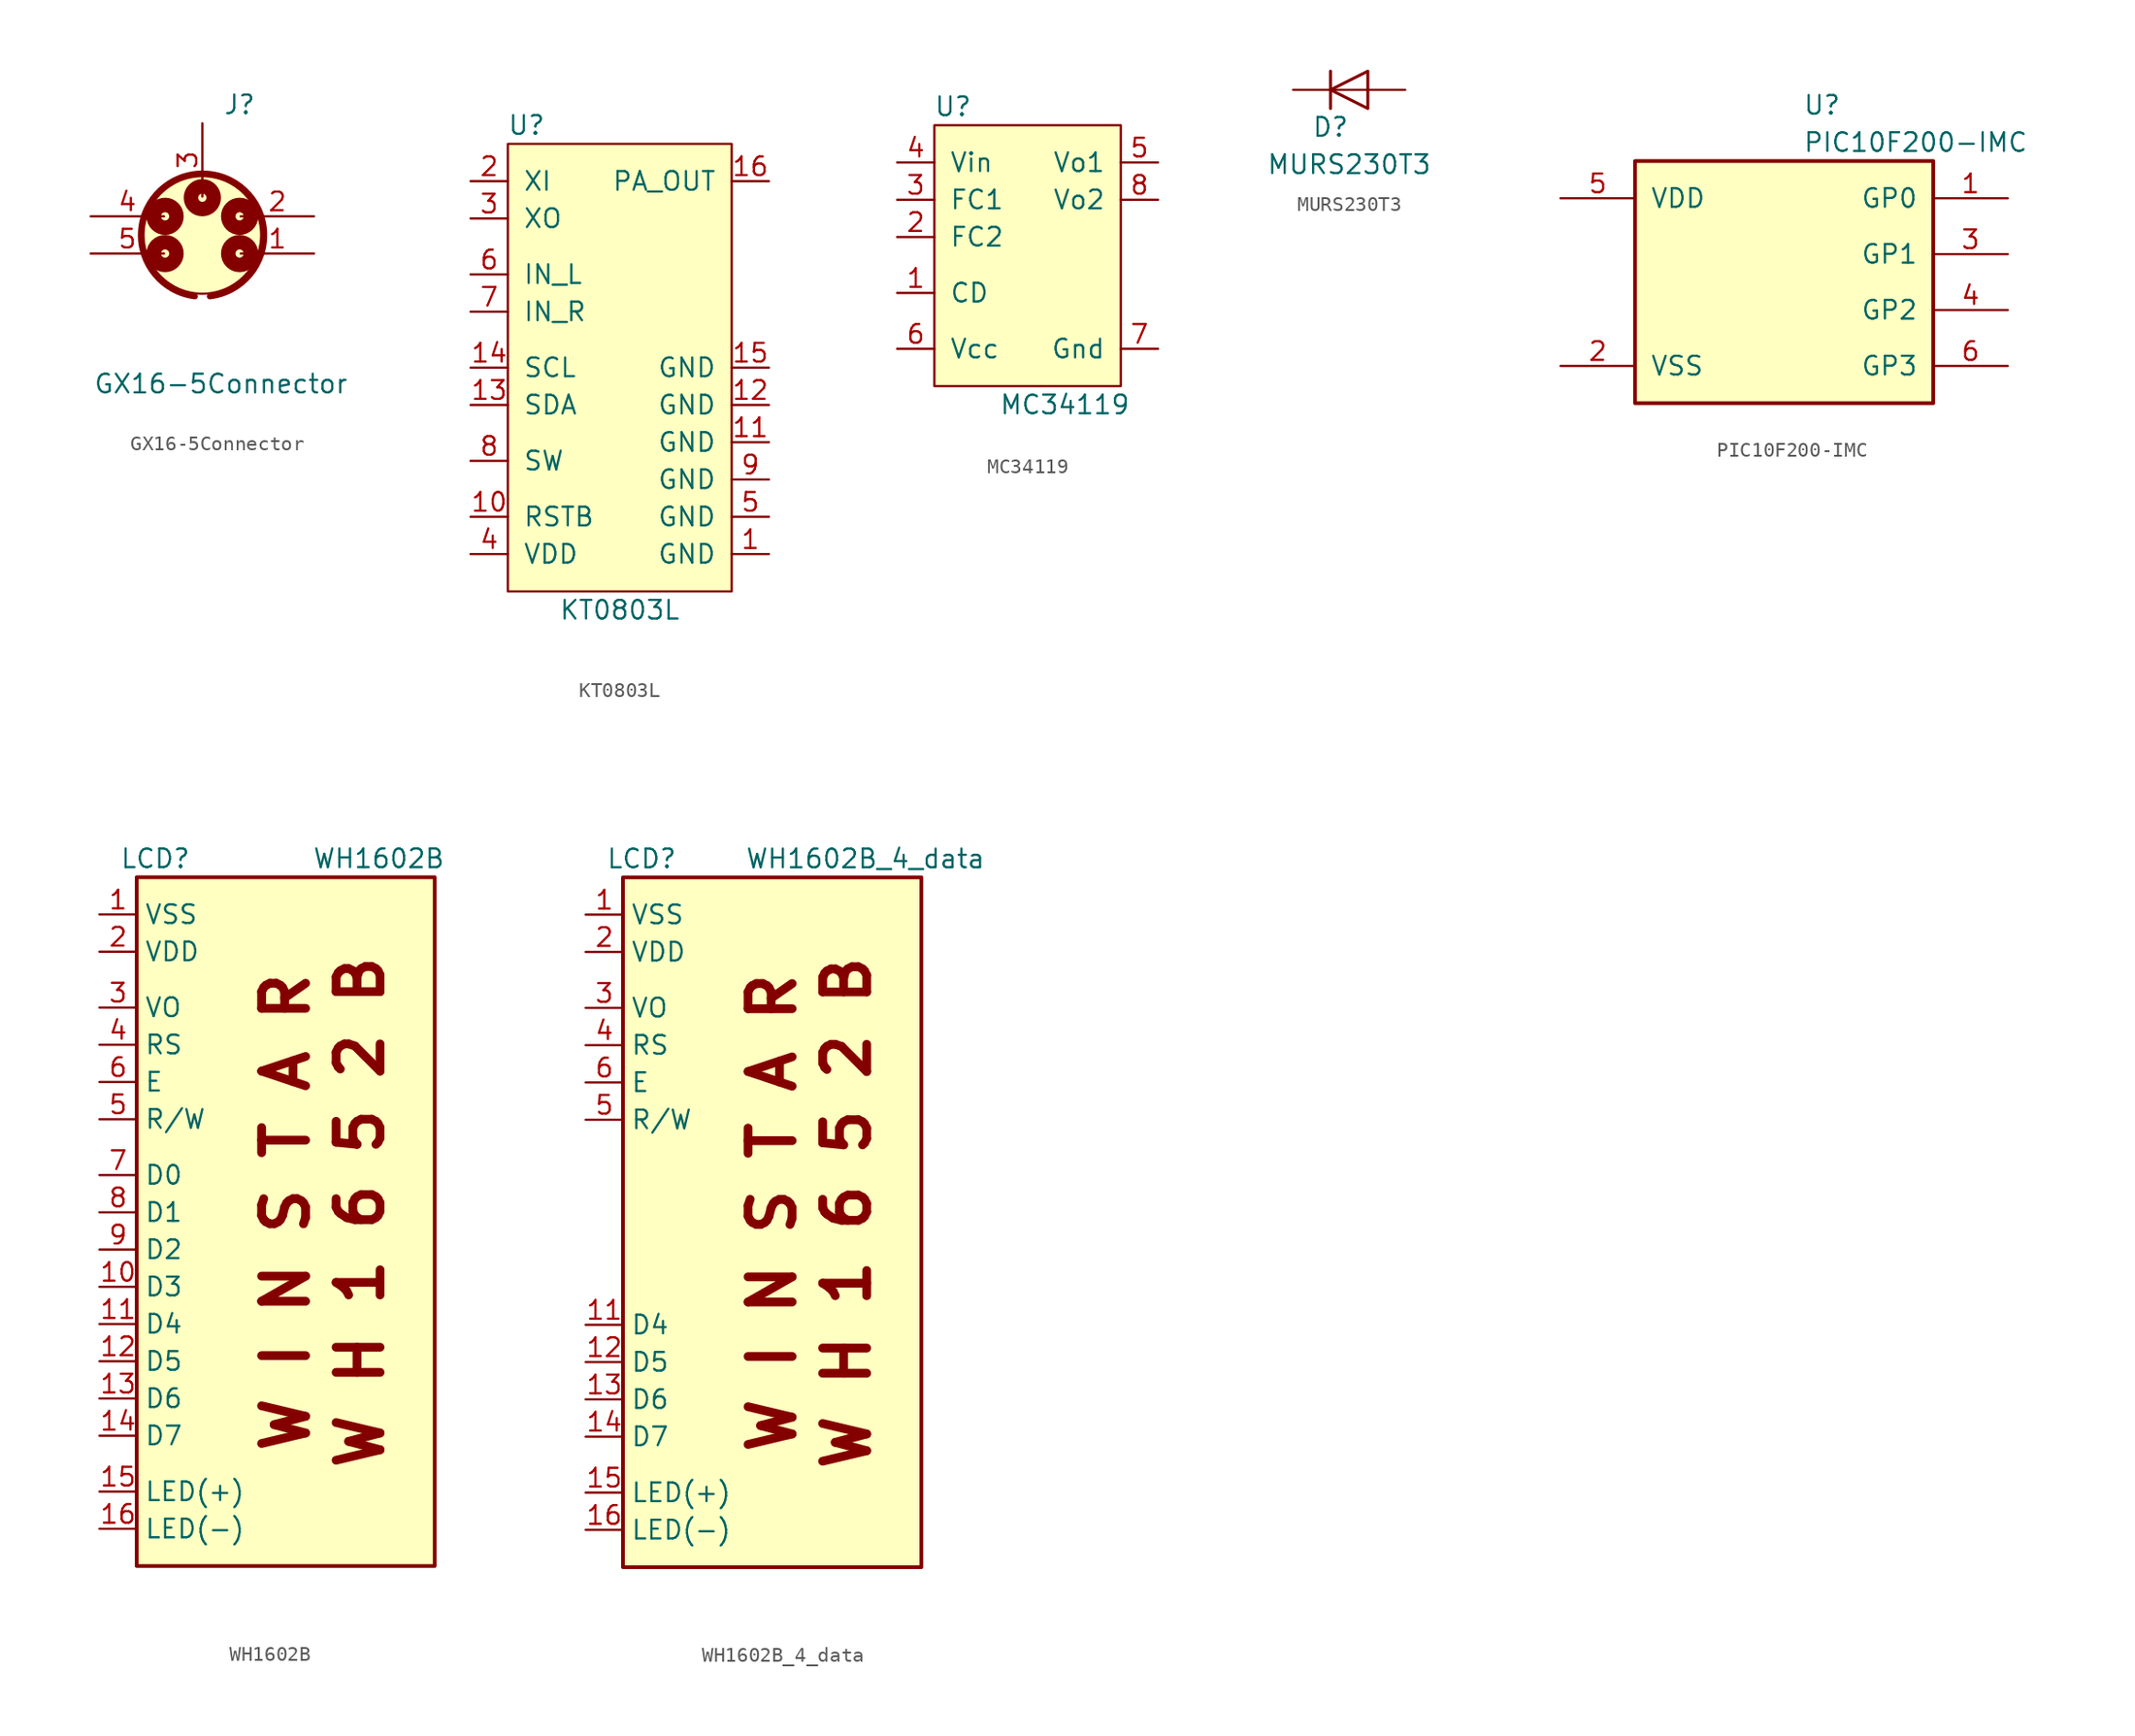
<source format=kicad_sym>
(kicad_symbol_lib
  (version 20211014)
  (generator kicad_symbol_editor)
  (symbol "GX16-5Connector"
    (pin_names hide)
    (property "Reference" "J"
      (at 2.54 8.89 0)
      (effects (font (size 1.27 1.27))))
    (property "Value" "GX16-5Connector"
      (at 1.27 -10.16 0)
      (effects (font (size 1.27 1.27))))
    (symbol "GX16-5Connector_0_1"
      (circle (center -2.54 -1.27) (radius 0.279) (stroke (width 0.991) (type default) (color 0 0 0 0)) (fill (type none)))
      (circle (center -2.54 1.27) (radius 0.279) (stroke (width 0.991) (type default) (color 0 0 0 0)) (fill (type none)))
      (circle (center 0 0) (radius 4.013) (stroke (width 0) (type default) (color 0 0 0 0)) (fill (type background)))
      (circle (center 0 2.54) (radius 0.279) (stroke (width 0.991) (type default) (color 0 0 0 0)) (fill (type none)))
      (arc (start 0 4.191) (mid -4.1834 0.2526) (end -0.508 -4.191) (stroke (width 0.4064) (type default) (color 0 0 0 0)) (fill (type none)))
      (arc (start 0.508 -4.191) (mid 4.214 0.2545) (end 0 4.191) (stroke (width 0.4064) (type default) (color 0 0 0 0)) (fill (type none)))
      (circle (center 2.54 -1.27) (radius 0.279) (stroke (width 0.991) (type default) (color 0 0 0 0)) (fill (type none)))
      (circle (center 2.54 1.27) (radius 0.279) (stroke (width 0.991) (type default) (color 0 0 0 0)) (fill (type none))))
    (symbol "GX16-5Connector_1_1"
      (pin passive line (at 7.62 -1.27 180) (length 5.004) (name "~" (effects (font (size 1.27 1.27)))) (number "1" (effects (font (size 1.27 1.27)))))
      (pin passive line (at 7.62 1.27 180) (length 5.004) (name "~" (effects (font (size 1.27 1.27)))) (number "2" (effects (font (size 1.27 1.27)))))
      (pin passive line (at 0 7.62 270) (length 5.004) (name "~" (effects (font (size 1.27 1.27)))) (number "3" (effects (font (size 1.27 1.27)))))
      (pin passive line (at -7.62 1.27 0) (length 5.004) (name "~" (effects (font (size 1.27 1.27)))) (number "4" (effects (font (size 1.27 1.27)))))
      (pin passive line (at -7.62 -1.27 0) (length 5.004) (name "~" (effects (font (size 1.27 1.27)))) (number "5" (effects (font (size 1.27 1.27)))))))
  (symbol "KT0803L"
    (pin_names
      (offset 1.016))
    (property "Reference" "U"
      (at -6.35 12.7 0)
      (effects (font (size 1.27 1.27))))
    (property "Value" "KT0803L"
      (at 0 -20.32 0)
      (effects (font (size 1.27 1.27))))
    (symbol "KT0803L_0_1"
      (rectangle (start -7.62 11.43) (end 7.62 -19.05) (stroke (width 0) (type default) (color 0 0 0 0)) (fill (type background))))
    (symbol "KT0803L_1_1"
      (pin power_in line (at 10.16 -16.51 180) (length 2.54) (name "GND" (effects (font (size 1.27 1.27)))) (number "1" (effects (font (size 1.27 1.27)))))
      (pin input line (at -10.16 -13.97 0) (length 2.54) (name "RSTB" (effects (font (size 1.27 1.27)))) (number "10" (effects (font (size 1.27 1.27)))))
      (pin power_in line (at 10.16 -8.89 180) (length 2.54) (name "GND" (effects (font (size 1.27 1.27)))) (number "11" (effects (font (size 1.27 1.27)))))
      (pin power_in line (at 10.16 -6.35 180) (length 2.54) (name "GND" (effects (font (size 1.27 1.27)))) (number "12" (effects (font (size 1.27 1.27)))))
      (pin bidirectional line (at -10.16 -6.35 0) (length 2.54) (name "SDA" (effects (font (size 1.27 1.27)))) (number "13" (effects (font (size 1.27 1.27)))))
      (pin bidirectional line (at -10.16 -3.81 0) (length 2.54) (name "SCL" (effects (font (size 1.27 1.27)))) (number "14" (effects (font (size 1.27 1.27)))))
      (pin power_in line (at 10.16 -3.81 180) (length 2.54) (name "GND" (effects (font (size 1.27 1.27)))) (number "15" (effects (font (size 1.27 1.27)))))
      (pin output line (at 10.16 8.89 180) (length 2.54) (name "PA_OUT" (effects (font (size 1.27 1.27)))) (number "16" (effects (font (size 1.27 1.27)))))
      (pin bidirectional line (at -10.16 8.89 0) (length 2.54) (name "XI" (effects (font (size 1.27 1.27)))) (number "2" (effects (font (size 1.27 1.27)))))
      (pin bidirectional line (at -10.16 6.35 0) (length 2.54) (name "XO" (effects (font (size 1.27 1.27)))) (number "3" (effects (font (size 1.27 1.27)))))
      (pin power_in line (at -10.16 -16.51 0) (length 2.54) (name "VDD" (effects (font (size 1.27 1.27)))) (number "4" (effects (font (size 1.27 1.27)))))
      (pin power_in line (at 10.16 -13.97 180) (length 2.54) (name "GND" (effects (font (size 1.27 1.27)))) (number "5" (effects (font (size 1.27 1.27)))))
      (pin input line (at -10.16 2.54 0) (length 2.54) (name "IN_L" (effects (font (size 1.27 1.27)))) (number "6" (effects (font (size 1.27 1.27)))))
      (pin input line (at -10.16 0 0) (length 2.54) (name "IN_R" (effects (font (size 1.27 1.27)))) (number "7" (effects (font (size 1.27 1.27)))))
      (pin input line (at -10.16 -10.16 0) (length 2.54) (name "SW" (effects (font (size 1.27 1.27)))) (number "8" (effects (font (size 1.27 1.27)))))
      (pin power_in line (at 10.16 -11.43 180) (length 2.54) (name "GND" (effects (font (size 1.27 1.27)))) (number "9" (effects (font (size 1.27 1.27)))))))
  (symbol "MC34119"
    (pin_names
      (offset 1.016))
    (property "Reference" "U"
      (at -5.08 10.16 0)
      (effects (font (size 1.27 1.27))))
    (property "Value" "MC34119"
      (at 2.54 -10.16 0)
      (effects (font (size 1.27 1.27))))
    (symbol "MC34119_0_1"
      (rectangle (start -6.35 8.89) (end 6.35 -8.89) (stroke (width 0) (type default) (color 0 0 0 0)) (fill (type background))))
    (symbol "MC34119_1_1"
      (pin input line (at -8.89 -2.54 0) (length 2.54) (name "CD" (effects (font (size 1.27 1.27)))) (number "1" (effects (font (size 1.27 1.27)))))
      (pin bidirectional line (at -8.89 1.27 0) (length 2.54) (name "FC2" (effects (font (size 1.27 1.27)))) (number "2" (effects (font (size 1.27 1.27)))))
      (pin bidirectional line (at -8.89 3.81 0) (length 2.54) (name "FC1" (effects (font (size 1.27 1.27)))) (number "3" (effects (font (size 1.27 1.27)))))
      (pin input line (at -8.89 6.35 0) (length 2.54) (name "Vin" (effects (font (size 1.27 1.27)))) (number "4" (effects (font (size 1.27 1.27)))))
      (pin output line (at 8.89 6.35 180) (length 2.54) (name "Vo1" (effects (font (size 1.27 1.27)))) (number "5" (effects (font (size 1.27 1.27)))))
      (pin power_in line (at -8.89 -6.35 0) (length 2.54) (name "Vcc" (effects (font (size 1.27 1.27)))) (number "6" (effects (font (size 1.27 1.27)))))
      (pin power_in line (at 8.89 -6.35 180) (length 2.54) (name "Gnd" (effects (font (size 1.27 1.27)))) (number "7" (effects (font (size 1.27 1.27)))))
      (pin output line (at 8.89 3.81 180) (length 2.54) (name "Vo2" (effects (font (size 1.27 1.27)))) (number "8" (effects (font (size 1.27 1.27)))))))
  (symbol "MURS230T3"
    (pin_numbers hide)
    (pin_names
      (offset 1.016) hide)
    (property "Reference" "D"
      (at -1.27 -2.54 0)
      (effects (font (size 1.27 1.27))))
    (property "Value" "MURS230T3"
      (at 0 -5.08 0)
      (effects (font (size 1.27 1.27))))
    (symbol "MURS230T3_1_1"
      (polyline (pts (xy -1.27 1.27) (xy -1.27 -1.27)) (stroke (width 0.203) (type default) (color 0 0 0 0)) (fill (type none)))
      (polyline (pts (xy 1.27 0) (xy -1.27 0)) (stroke (width 0) (type default) (color 0 0 0 0)) (fill (type none)))
      (polyline (pts (xy 1.27 1.27) (xy 1.27 -1.27) (xy -1.27 0) (xy 1.27 1.27)) (stroke (width 0.203) (type default) (color 0 0 0 0)) (fill (type none)))
      (pin passive line (at -3.81 0 0) (length 2.54) (name "K" (effects (font (size 1.27 1.27)))) (number "1" (effects (font (size 1.27 1.27)))))
      (pin passive line (at 3.81 0 180) (length 2.54) (name "A" (effects (font (size 1.27 1.27)))) (number "2" (effects (font (size 1.27 1.27)))))))
  (symbol "PIC10F200-IMC"
    (pin_names
      (offset 1.016))
    (property "Reference" "U"
      (at 1.27 13.97 0)
      (effects (font (size 1.27 1.27)) (justify left)))
    (property "Value" "PIC10F200-IMC"
      (at 1.27 11.43 0)
      (effects (font (size 1.27 1.27)) (justify left)))
    (symbol "PIC10F200-IMC_0_1"
      (rectangle (start -10.16 10.16) (end 10.16 -6.35) (stroke (width 0.254) (type default) (color 0 0 0 0)) (fill (type background))))
    (symbol "PIC10F200-IMC_1_1"
      (pin bidirectional line (at 15.24 7.62 180) (length 5.08) (name "GP0" (effects (font (size 1.27 1.27)))) (number "1" (effects (font (size 1.27 1.27)))))
      (pin power_in line (at -15.24 -3.81 0) (length 5.08) (name "VSS" (effects (font (size 1.27 1.27)))) (number "2" (effects (font (size 1.27 1.27)))))
      (pin bidirectional line (at 15.24 3.81 180) (length 5.08) (name "GP1" (effects (font (size 1.27 1.27)))) (number "3" (effects (font (size 1.27 1.27)))))
      (pin bidirectional line (at 15.24 0 180) (length 5.08) (name "GP2" (effects (font (size 1.27 1.27)))) (number "4" (effects (font (size 1.27 1.27)))))
      (pin power_in line (at -15.24 7.62 0) (length 5.08) (name "VDD" (effects (font (size 1.27 1.27)))) (number "5" (effects (font (size 1.27 1.27)))))
      (pin input line (at 15.24 -3.81 180) (length 5.08) (name "GP3" (effects (font (size 1.27 1.27)))) (number "6" (effects (font (size 1.27 1.27)))))))
  (symbol "WH1602B"
    (property "Reference" "LCD"
      (at -6.35 26.67 0)
      (effects (font (size 1.27 1.27))))
    (property "Value" "WH1602B"
      (at 8.89 26.67 0)
      (effects (font (size 1.27 1.27))))
    (symbol "WH1602B_0_0"
      (text "W H 1 6 5 2 B" (at 7.62 2.54 900) (effects (font (size 2.997 2.997) bold)))
      (text "W I N S T A R" (at 2.54 2.54 900) (effects (font (size 2.997 2.997) bold))))
    (symbol "WH1602B_1_1"
      (rectangle (start -7.62 25.4) (end 12.7 -21.59) (stroke (width 0.254) (type default) (color 0 0 0 0)) (fill (type background)))
      (pin power_in line (at -10.16 22.86 0) (length 2.54) (name "VSS" (effects (font (size 1.27 1.27)))) (number "1" (effects (font (size 1.27 1.27)))))
      (pin input line (at -10.16 -2.54 0) (length 2.54) (name "D3" (effects (font (size 1.27 1.27)))) (number "10" (effects (font (size 1.27 1.27)))))
      (pin input line (at -10.16 -5.08 0) (length 2.54) (name "D4" (effects (font (size 1.27 1.27)))) (number "11" (effects (font (size 1.27 1.27)))))
      (pin input line (at -10.16 -7.62 0) (length 2.54) (name "D5" (effects (font (size 1.27 1.27)))) (number "12" (effects (font (size 1.27 1.27)))))
      (pin input line (at -10.16 -10.16 0) (length 2.54) (name "D6" (effects (font (size 1.27 1.27)))) (number "13" (effects (font (size 1.27 1.27)))))
      (pin input line (at -10.16 -12.7 0) (length 2.54) (name "D7" (effects (font (size 1.27 1.27)))) (number "14" (effects (font (size 1.27 1.27)))))
      (pin power_in line (at -10.16 -16.51 0) (length 2.54) (name "LED(+)" (effects (font (size 1.27 1.27)))) (number "15" (effects (font (size 1.27 1.27)))))
      (pin power_in line (at -10.16 -19.05 0) (length 2.54) (name "LED(-)" (effects (font (size 1.27 1.27)))) (number "16" (effects (font (size 1.27 1.27)))))
      (pin power_in line (at -10.16 20.32 0) (length 2.54) (name "VDD" (effects (font (size 1.27 1.27)))) (number "2" (effects (font (size 1.27 1.27)))))
      (pin input line (at -10.16 16.51 0) (length 2.54) (name "VO" (effects (font (size 1.27 1.27)))) (number "3" (effects (font (size 1.27 1.27)))))
      (pin input line (at -10.16 13.97 0) (length 2.54) (name "RS" (effects (font (size 1.27 1.27)))) (number "4" (effects (font (size 1.27 1.27)))))
      (pin input line (at -10.16 8.89 0) (length 2.54) (name "R/W" (effects (font (size 1.27 1.27)))) (number "5" (effects (font (size 1.27 1.27)))))
      (pin input line (at -10.16 11.43 0) (length 2.54) (name "E" (effects (font (size 1.27 1.27)))) (number "6" (effects (font (size 1.27 1.27)))))
      (pin input line (at -10.16 5.08 0) (length 2.54) (name "D0" (effects (font (size 1.27 1.27)))) (number "7" (effects (font (size 1.27 1.27)))))
      (pin input line (at -10.16 2.54 0) (length 2.54) (name "D1" (effects (font (size 1.27 1.27)))) (number "8" (effects (font (size 1.27 1.27)))))
      (pin input line (at -10.16 0 0) (length 2.54) (name "D2" (effects (font (size 1.27 1.27)))) (number "9" (effects (font (size 1.27 1.27)))))))
  (symbol "WH1602B_4_data"
    (property "Reference" "LCD"
      (at -6.35 26.67 0)
      (effects (font (size 1.27 1.27))))
    (property "Value" "WH1602B_4_data"
      (at 8.89 26.67 0)
      (effects (font (size 1.27 1.27))))
    (symbol "WH1602B_4_data_0_0"
      (text "W H 1 6 5 2 B" (at 7.62 2.54 900) (effects (font (size 2.997 2.997) bold)))
      (text "W I N S T A R" (at 2.54 2.54 900) (effects (font (size 2.997 2.997) bold))))
    (symbol "WH1602B_4_data_1_1"
      (rectangle (start -7.62 25.4) (end 12.7 -21.59) (stroke (width 0.254) (type default) (color 0 0 0 0)) (fill (type background)))
      (pin power_in line (at -10.16 22.86 0) (length 2.54) (name "VSS" (effects (font (size 1.27 1.27)))) (number "1" (effects (font (size 1.27 1.27)))))
      (pin input line (at -10.16 -5.08 0) (length 2.54) (name "D4" (effects (font (size 1.27 1.27)))) (number "11" (effects (font (size 1.27 1.27)))))
      (pin input line (at -10.16 -7.62 0) (length 2.54) (name "D5" (effects (font (size 1.27 1.27)))) (number "12" (effects (font (size 1.27 1.27)))))
      (pin input line (at -10.16 -10.16 0) (length 2.54) (name "D6" (effects (font (size 1.27 1.27)))) (number "13" (effects (font (size 1.27 1.27)))))
      (pin input line (at -10.16 -12.7 0) (length 2.54) (name "D7" (effects (font (size 1.27 1.27)))) (number "14" (effects (font (size 1.27 1.27)))))
      (pin power_in line (at -10.16 -16.51 0) (length 2.54) (name "LED(+)" (effects (font (size 1.27 1.27)))) (number "15" (effects (font (size 1.27 1.27)))))
      (pin power_in line (at -10.16 -19.05 0) (length 2.54) (name "LED(-)" (effects (font (size 1.27 1.27)))) (number "16" (effects (font (size 1.27 1.27)))))
      (pin power_in line (at -10.16 20.32 0) (length 2.54) (name "VDD" (effects (font (size 1.27 1.27)))) (number "2" (effects (font (size 1.27 1.27)))))
      (pin input line (at -10.16 16.51 0) (length 2.54) (name "VO" (effects (font (size 1.27 1.27)))) (number "3" (effects (font (size 1.27 1.27)))))
      (pin input line (at -10.16 13.97 0) (length 2.54) (name "RS" (effects (font (size 1.27 1.27)))) (number "4" (effects (font (size 1.27 1.27)))))
      (pin input line (at -10.16 8.89 0) (length 2.54) (name "R/W" (effects (font (size 1.27 1.27)))) (number "5" (effects (font (size 1.27 1.27)))))
      (pin input line (at -10.16 11.43 0) (length 2.54) (name "E" (effects (font (size 1.27 1.27)))) (number "6" (effects (font (size 1.27 1.27))))))))
</source>
